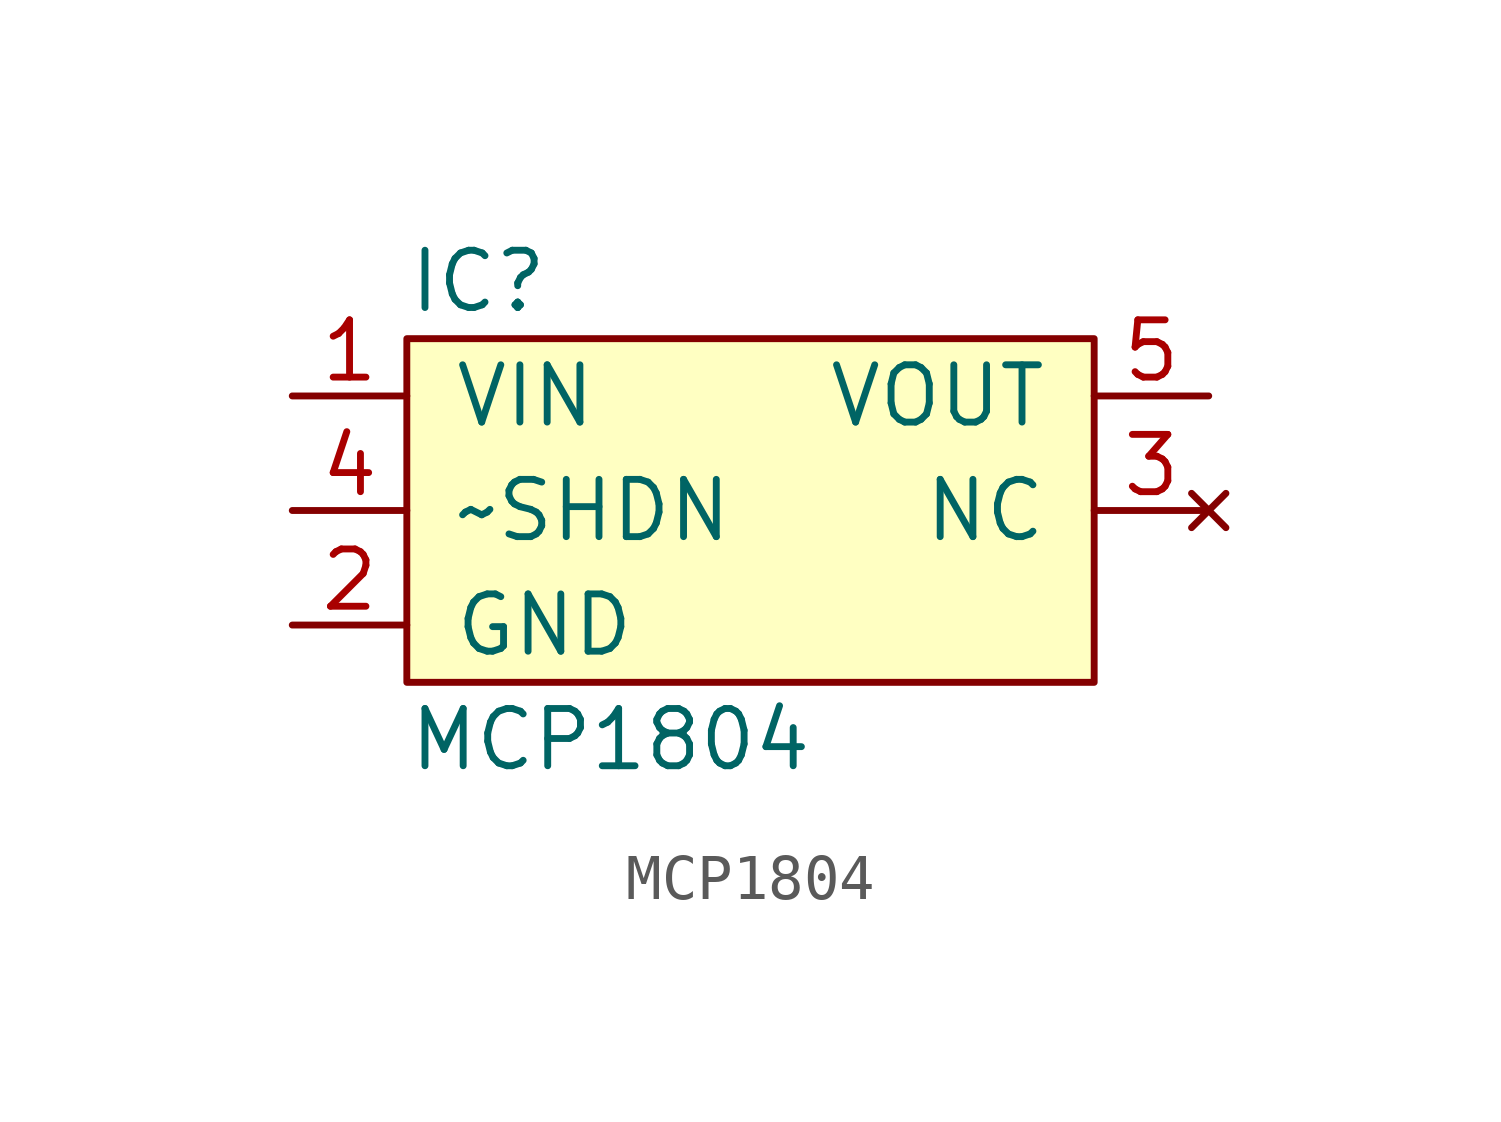
<source format=kicad_sym>
(kicad_symbol_lib
  (version 20211014)
  (generator agg_kicad.build_lib_ic)
  (symbol "MCP1804"
    (pin_names
      (offset 1.016))
    (property Reference IC
      (at -7.62 5.08 0)
      (effects (font (size 1.27 1.27)) (justify left)))
    (property Value "MCP1804"
      (at -7.62 -5.08 0)
      (effects (font (size 1.27 1.27)) (justify left)))
    (symbol "MCP1804_0_0"
      (rectangle (start -7.62 3.81) (end 7.62 -3.81) (stroke (width 0) (type default) (color 0 0 0 0)) (fill (type background)))
      (pin power_in line (at -10.16 2.54 0) (length 2.54) (name VIN (effects (font (size 1.27 1.27)))) (number "1" (effects (font (size 1.27 1.27)))))
      (pin input line (at -10.16 0 0) (length 2.54) (name "~SHDN" (effects (font (size 1.27 1.27)))) (number "4" (effects (font (size 1.27 1.27)))))
      (pin power_in line (at -10.16 -2.54 0) (length 2.54) (name GND (effects (font (size 1.27 1.27)))) (number "2" (effects (font (size 1.27 1.27)))))
      (pin power_out line (at 10.16 2.54 180) (length 2.54) (name VOUT (effects (font (size 1.27 1.27)))) (number "5" (effects (font (size 1.27 1.27)))))
      (pin no_connect line (at 10.16 0 180) (length 2.54) (name NC (effects (font (size 1.27 1.27)))) (number "3" (effects (font (size 1.27 1.27))))))))
</source>
